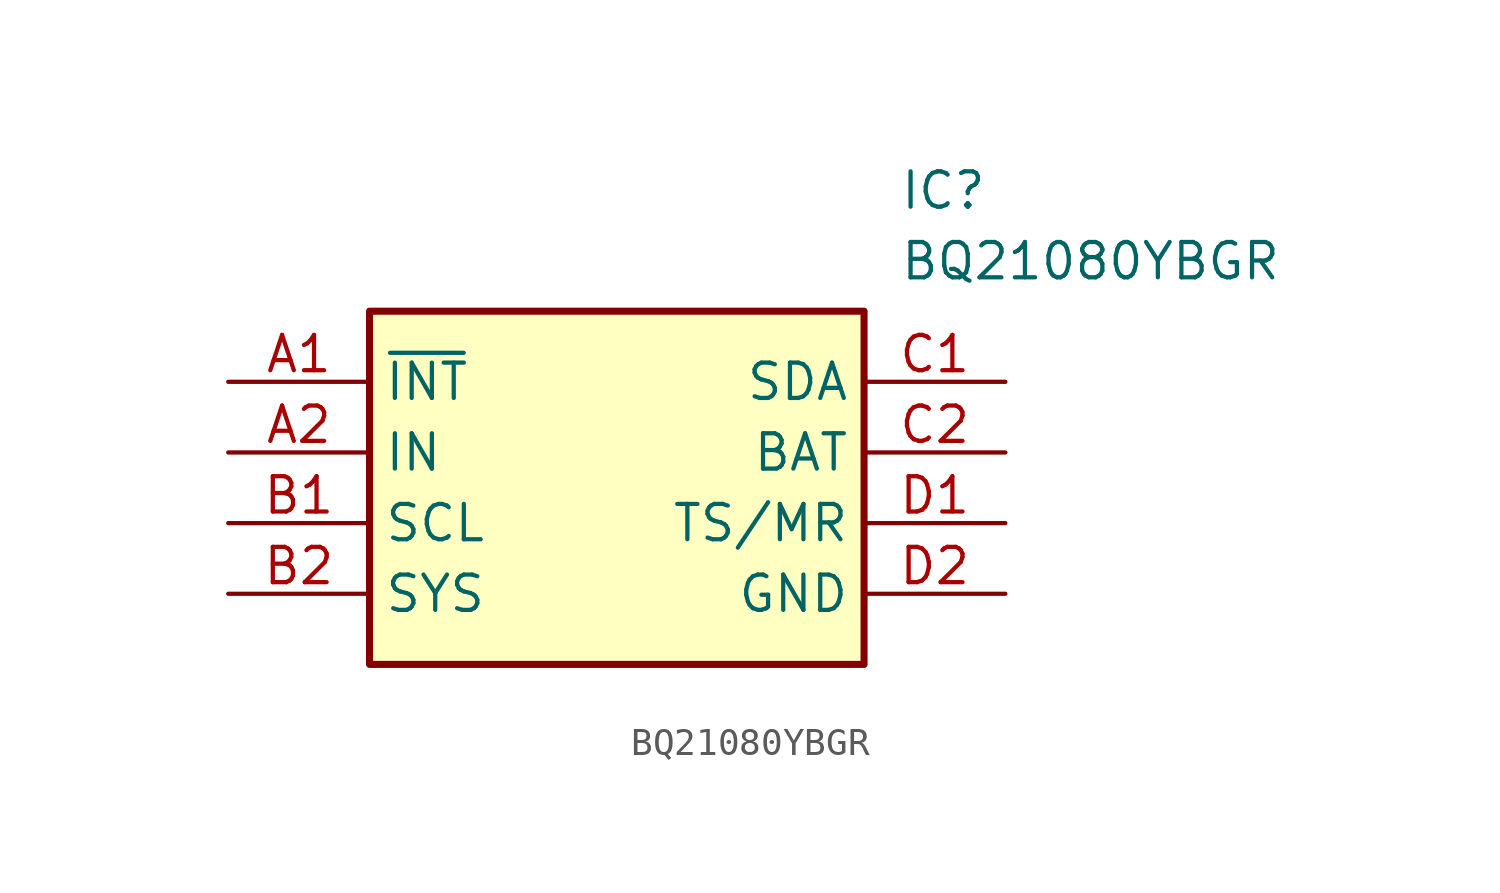
<source format=kicad_sym>
(kicad_symbol_lib
  (version 20211014)
  (generator SamacSys_ECAD_Model)
  (symbol "BQ21080YBGR"
    (property "Reference" "IC"
      (at 24.13 7.62 0)
      (effects (font (size 1.27 1.27)) (justify left top)))
    (property "Value" "BQ21080YBGR"
      (at 24.13 5.08 0)
      (effects (font (size 1.27 1.27)) (justify left top)))
    (rectangle
      (start 5.08 2.54)
      (end 22.86 -10.16)
      (stroke (width 0.254) (type default))
      (fill (type background)))
    (pin passive line
      (at 0 0 0)
      (length 5.08)
      (name "~{INT}" (effects (font (size 1.27 1.27))))
      (number "A1" (effects (font (size 1.27 1.27)))))
    (pin passive line
      (at 0 -2.54 0)
      (length 5.08)
      (name "IN" (effects (font (size 1.27 1.27))))
      (number "A2" (effects (font (size 1.27 1.27)))))
    (pin passive line
      (at 0 -5.08 0)
      (length 5.08)
      (name "SCL" (effects (font (size 1.27 1.27))))
      (number "B1" (effects (font (size 1.27 1.27)))))
    (pin passive line
      (at 0 -7.62 0)
      (length 5.08)
      (name "SYS" (effects (font (size 1.27 1.27))))
      (number "B2" (effects (font (size 1.27 1.27)))))
    (pin passive line
      (at 27.94 0 180)
      (length 5.08)
      (name "SDA" (effects (font (size 1.27 1.27))))
      (number "C1" (effects (font (size 1.27 1.27)))))
    (pin passive line
      (at 27.94 -2.54 180)
      (length 5.08)
      (name "BAT" (effects (font (size 1.27 1.27))))
      (number "C2" (effects (font (size 1.27 1.27)))))
    (pin passive line
      (at 27.94 -5.08 180)
      (length 5.08)
      (name "TS/MR" (effects (font (size 1.27 1.27))))
      (number "D1" (effects (font (size 1.27 1.27)))))
    (pin passive line
      (at 27.94 -7.62 180)
      (length 5.08)
      (name "GND" (effects (font (size 1.27 1.27))))
      (number "D2" (effects (font (size 1.27 1.27)))))))
</source>
